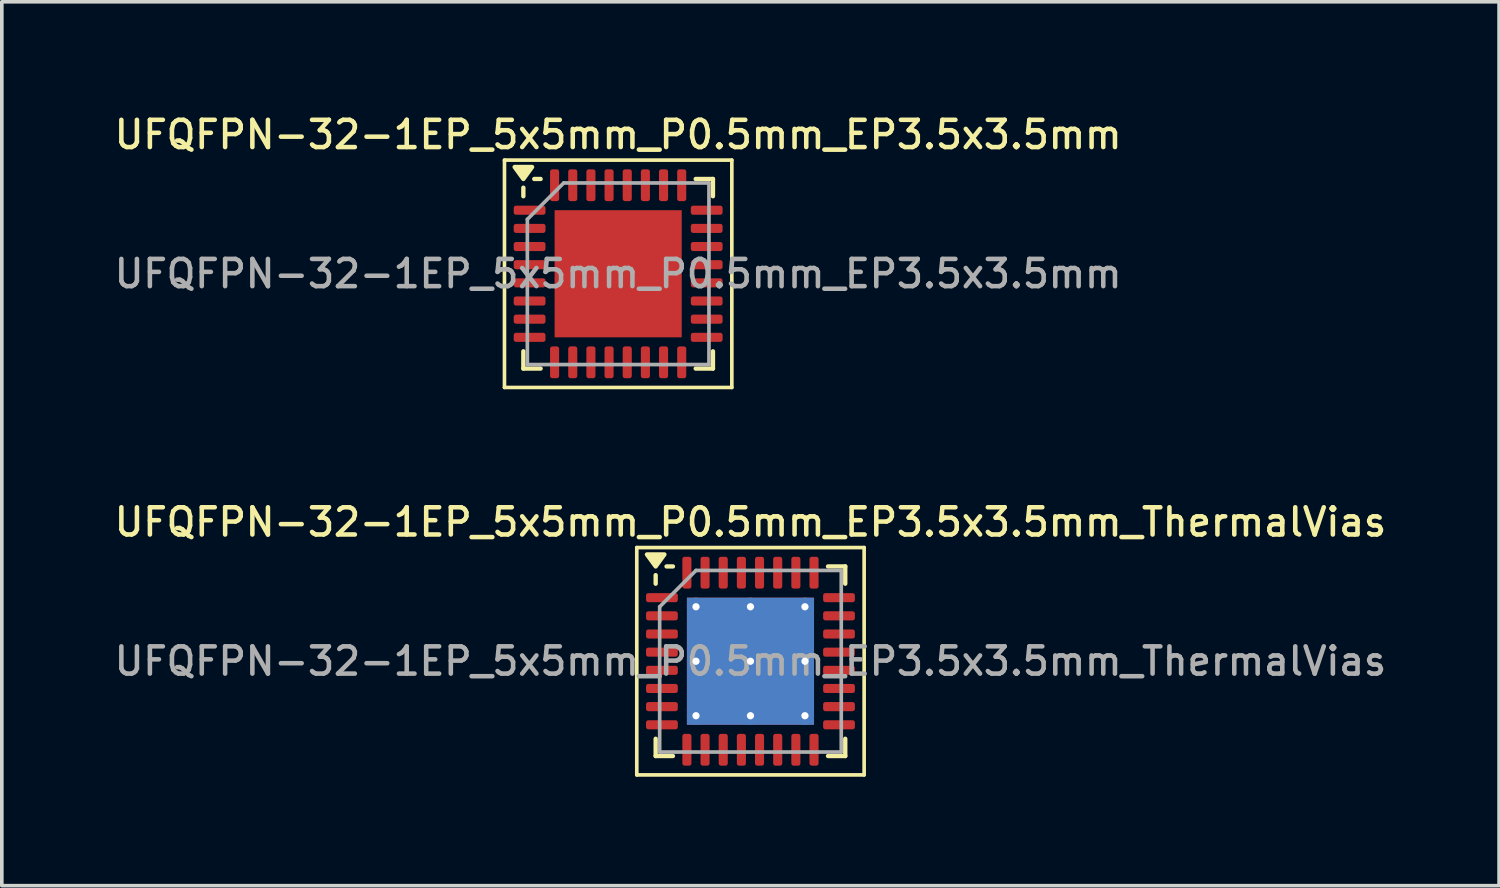
<source format=kicad_pcb>
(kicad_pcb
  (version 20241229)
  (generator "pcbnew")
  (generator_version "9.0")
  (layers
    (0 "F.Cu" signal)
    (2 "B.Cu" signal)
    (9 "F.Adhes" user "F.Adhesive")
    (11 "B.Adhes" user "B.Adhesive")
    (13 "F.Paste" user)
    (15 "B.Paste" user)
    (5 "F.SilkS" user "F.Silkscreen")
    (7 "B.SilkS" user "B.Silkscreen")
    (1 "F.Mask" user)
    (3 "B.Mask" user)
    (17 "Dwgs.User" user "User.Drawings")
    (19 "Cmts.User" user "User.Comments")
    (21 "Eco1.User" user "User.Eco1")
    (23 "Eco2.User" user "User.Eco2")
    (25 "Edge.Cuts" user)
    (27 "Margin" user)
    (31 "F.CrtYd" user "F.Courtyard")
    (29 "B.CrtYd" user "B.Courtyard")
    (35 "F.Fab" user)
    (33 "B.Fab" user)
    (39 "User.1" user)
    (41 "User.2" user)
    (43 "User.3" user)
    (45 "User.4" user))
  (footprint "UFQFPN-32-1EP_5x5mm_P0.5mm_EP3.5x3.5mm_ThermalVias"
    (layer "F.Cu")
    (at 17.613 15.156)
    (property "Reference" "UFQFPN-32-1EP_5x5mm_P0.5mm_EP3.5x3.5mm_ThermalVias" (at 0 -3.83 0) (layer "F.SilkS") (effects (font (size 0.75 0.75) (thickness 0.125))))
    (attr smd)
    (fp_line (start -3.13 -3.13) (end -3.13 3.13) (stroke (width 0.1) (type solid)) (layer "F.SilkS"))
    (fp_line (start -3.13 3.13) (end 3.13 3.13) (stroke (width 0.1) (type solid)) (layer "F.SilkS"))
    (fp_line (start -2.61 -2.135) (end -2.61 -2.37) (stroke (width 0.12) (type solid)) (layer "F.SilkS"))
    (fp_line (start -2.61 2.61) (end -2.61 2.135) (stroke (width 0.12) (type solid)) (layer "F.SilkS"))
    (fp_line (start -2.135 -2.61) (end -2.31 -2.61) (stroke (width 0.12) (type solid)) (layer "F.SilkS"))
    (fp_line (start -2.135 2.61) (end -2.61 2.61) (stroke (width 0.12) (type solid)) (layer "F.SilkS"))
    (fp_line (start 2.135 -2.61) (end 2.61 -2.61) (stroke (width 0.12) (type solid)) (layer "F.SilkS"))
    (fp_line (start 2.135 2.61) (end 2.61 2.61) (stroke (width 0.12) (type solid)) (layer "F.SilkS"))
    (fp_line (start 2.61 -2.61) (end 2.61 -2.135) (stroke (width 0.12) (type solid)) (layer "F.SilkS"))
    (fp_line (start 2.61 2.61) (end 2.61 2.135) (stroke (width 0.12) (type solid)) (layer "F.SilkS"))
    (fp_line (start 3.13 -3.13) (end -3.13 -3.13) (stroke (width 0.1) (type solid)) (layer "F.SilkS"))
    (fp_line (start 3.13 3.13) (end 3.13 -3.13) (stroke (width 0.1) (type solid)) (layer "F.SilkS"))
    (fp_poly (pts (xy -2.61 -2.61) (xy -2.85 -2.94) (xy -2.37 -2.94) (xy -2.61 -2.61)) (stroke (width 0.12) (type solid)) (fill yes) (layer "F.SilkS"))
    (fp_line (start -2.5 -1.5) (end -1.5 -2.5) (stroke (width 0.1) (type solid)) (layer "F.Fab"))
    (fp_line (start -2.5 2.5) (end -2.5 -1.5) (stroke (width 0.1) (type solid)) (layer "F.Fab"))
    (fp_line (start -1.5 -2.5) (end 2.5 -2.5) (stroke (width 0.1) (type solid)) (layer "F.Fab"))
    (fp_line (start 2.5 -2.5) (end 2.5 2.5) (stroke (width 0.1) (type solid)) (layer "F.Fab"))
    (fp_line (start 2.5 2.5) (end -2.5 2.5) (stroke (width 0.1) (type solid)) (layer "F.Fab"))
    (fp_text user "${REFERENCE}" (at 0 0 0) (layer "F.Fab") (effects (font (size 0.75 0.75) (thickness 0.125))))
    (pad "" smd roundrect (at -0.875 -0.875) (size 1.41 1.41) (layers "F.Paste") (roundrect_rratio 0.177))
    (pad "" smd roundrect (at -0.875 0.875) (size 1.41 1.41) (layers "F.Paste") (roundrect_rratio 0.177))
    (pad "" smd roundrect (at 0.875 -0.875) (size 1.41 1.41) (layers "F.Paste") (roundrect_rratio 0.177))
    (pad "" smd roundrect (at 0.875 0.875) (size 1.41 1.41) (layers "F.Paste") (roundrect_rratio 0.177))
    (pad "1" smd roundrect (at -2.438 -1.75) (size 0.875 0.25) (layers "F.Cu" "F.Mask" "F.Paste") (roundrect_rratio 0.25))
    (pad "2" smd roundrect (at -2.438 -1.25) (size 0.875 0.25) (layers "F.Cu" "F.Mask" "F.Paste") (roundrect_rratio 0.25))
    (pad "3" smd roundrect (at -2.438 -0.75) (size 0.875 0.25) (layers "F.Cu" "F.Mask" "F.Paste") (roundrect_rratio 0.25))
    (pad "4" smd roundrect (at -2.438 -0.25) (size 0.875 0.25) (layers "F.Cu" "F.Mask" "F.Paste") (roundrect_rratio 0.25))
    (pad "5" smd roundrect (at -2.438 0.25) (size 0.875 0.25) (layers "F.Cu" "F.Mask" "F.Paste") (roundrect_rratio 0.25))
    (pad "6" smd roundrect (at -2.438 0.75) (size 0.875 0.25) (layers "F.Cu" "F.Mask" "F.Paste") (roundrect_rratio 0.25))
    (pad "7" smd roundrect (at -2.438 1.25) (size 0.875 0.25) (layers "F.Cu" "F.Mask" "F.Paste") (roundrect_rratio 0.25))
    (pad "8" smd roundrect (at -2.438 1.75) (size 0.875 0.25) (layers "F.Cu" "F.Mask" "F.Paste") (roundrect_rratio 0.25))
    (pad "9" smd roundrect (at -1.75 2.438) (size 0.25 0.875) (layers "F.Cu" "F.Mask" "F.Paste") (roundrect_rratio 0.25))
    (pad "10" smd roundrect (at -1.25 2.438) (size 0.25 0.875) (layers "F.Cu" "F.Mask" "F.Paste") (roundrect_rratio 0.25))
    (pad "11" smd roundrect (at -0.75 2.438) (size 0.25 0.875) (layers "F.Cu" "F.Mask" "F.Paste") (roundrect_rratio 0.25))
    (pad "12" smd roundrect (at -0.25 2.438) (size 0.25 0.875) (layers "F.Cu" "F.Mask" "F.Paste") (roundrect_rratio 0.25))
    (pad "13" smd roundrect (at 0.25 2.438) (size 0.25 0.875) (layers "F.Cu" "F.Mask" "F.Paste") (roundrect_rratio 0.25))
    (pad "14" smd roundrect (at 0.75 2.438) (size 0.25 0.875) (layers "F.Cu" "F.Mask" "F.Paste") (roundrect_rratio 0.25))
    (pad "15" smd roundrect (at 1.25 2.438) (size 0.25 0.875) (layers "F.Cu" "F.Mask" "F.Paste") (roundrect_rratio 0.25))
    (pad "16" smd roundrect (at 1.75 2.438) (size 0.25 0.875) (layers "F.Cu" "F.Mask" "F.Paste") (roundrect_rratio 0.25))
    (pad "17" smd roundrect (at 2.438 1.75) (size 0.875 0.25) (layers "F.Cu" "F.Mask" "F.Paste") (roundrect_rratio 0.25))
    (pad "18" smd roundrect (at 2.438 1.25) (size 0.875 0.25) (layers "F.Cu" "F.Mask" "F.Paste") (roundrect_rratio 0.25))
    (pad "19" smd roundrect (at 2.438 0.75) (size 0.875 0.25) (layers "F.Cu" "F.Mask" "F.Paste") (roundrect_rratio 0.25))
    (pad "20" smd roundrect (at 2.438 0.25) (size 0.875 0.25) (layers "F.Cu" "F.Mask" "F.Paste") (roundrect_rratio 0.25))
    (pad "21" smd roundrect (at 2.438 -0.25) (size 0.875 0.25) (layers "F.Cu" "F.Mask" "F.Paste") (roundrect_rratio 0.25))
    (pad "22" smd roundrect (at 2.438 -0.75) (size 0.875 0.25) (layers "F.Cu" "F.Mask" "F.Paste") (roundrect_rratio 0.25))
    (pad "23" smd roundrect (at 2.438 -1.25) (size 0.875 0.25) (layers "F.Cu" "F.Mask" "F.Paste") (roundrect_rratio 0.25))
    (pad "24" smd roundrect (at 2.438 -1.75) (size 0.875 0.25) (layers "F.Cu" "F.Mask" "F.Paste") (roundrect_rratio 0.25))
    (pad "25" smd roundrect (at 1.75 -2.438) (size 0.25 0.875) (layers "F.Cu" "F.Mask" "F.Paste") (roundrect_rratio 0.25))
    (pad "26" smd roundrect (at 1.25 -2.438) (size 0.25 0.875) (layers "F.Cu" "F.Mask" "F.Paste") (roundrect_rratio 0.25))
    (pad "27" smd roundrect (at 0.75 -2.438) (size 0.25 0.875) (layers "F.Cu" "F.Mask" "F.Paste") (roundrect_rratio 0.25))
    (pad "28" smd roundrect (at 0.25 -2.438) (size 0.25 0.875) (layers "F.Cu" "F.Mask" "F.Paste") (roundrect_rratio 0.25))
    (pad "29" smd roundrect (at -0.25 -2.438) (size 0.25 0.875) (layers "F.Cu" "F.Mask" "F.Paste") (roundrect_rratio 0.25))
    (pad "30" smd roundrect (at -0.75 -2.438) (size 0.25 0.875) (layers "F.Cu" "F.Mask" "F.Paste") (roundrect_rratio 0.25))
    (pad "31" smd roundrect (at -1.25 -2.438) (size 0.25 0.875) (layers "F.Cu" "F.Mask" "F.Paste") (roundrect_rratio 0.25))
    (pad "32" smd roundrect (at -1.75 -2.438) (size 0.25 0.875) (layers "F.Cu" "F.Mask" "F.Paste") (roundrect_rratio 0.25))
    (pad "33" thru_hole circle (at -1.5 -1.5) (size 0.5 0.5) (drill 0.2) (property pad_prop_heatsink) (layers "*.Cu"))
    (pad "33" thru_hole circle (at -1.5 0) (size 0.5 0.5) (drill 0.2) (property pad_prop_heatsink) (layers "*.Cu"))
    (pad "33" thru_hole circle (at -1.5 1.5) (size 0.5 0.5) (drill 0.2) (property pad_prop_heatsink) (layers "*.Cu"))
    (pad "33" thru_hole circle (at 0 -1.5) (size 0.5 0.5) (drill 0.2) (property pad_prop_heatsink) (layers "*.Cu"))
    (pad "33" thru_hole circle (at 0 0) (size 0.5 0.5) (drill 0.2) (property pad_prop_heatsink) (layers "*.Cu"))
    (pad "33" smd rect (at 0 0) (size 3.5 3.5) (property pad_prop_heatsink) (layers "F.Cu" "F.Mask"))
    (pad "33" smd rect (at 0 0) (size 3.5 3.5) (property pad_prop_heatsink) (layers "B.Cu"))
    (pad "33" thru_hole circle (at 0 1.5) (size 0.5 0.5) (drill 0.2) (property pad_prop_heatsink) (layers "*.Cu"))
    (pad "33" thru_hole circle (at 1.5 -1.5) (size 0.5 0.5) (drill 0.2) (property pad_prop_heatsink) (layers "*.Cu"))
    (pad "33" thru_hole circle (at 1.5 0) (size 0.5 0.5) (drill 0.2) (property pad_prop_heatsink) (layers "*.Cu"))
    (pad "33" thru_hole circle (at 1.5 1.5) (size 0.5 0.5) (drill 0.2) (property pad_prop_heatsink) (layers "*.Cu")))
  (footprint "UFQFPN-32-1EP_5x5mm_P0.5mm_EP3.5x3.5mm"
    (layer "F.Cu")
    (at 13.97 4.488)
    (property "Reference" "UFQFPN-32-1EP_5x5mm_P0.5mm_EP3.5x3.5mm" (at 0 -3.83 0) (layer "F.SilkS") (effects (font (size 0.75 0.75) (thickness 0.125))))
    (attr smd)
    (fp_line (start -3.13 -3.13) (end -3.13 3.13) (stroke (width 0.1) (type solid)) (layer "F.SilkS"))
    (fp_line (start -3.13 3.13) (end 3.13 3.13) (stroke (width 0.1) (type solid)) (layer "F.SilkS"))
    (fp_line (start -2.61 -2.135) (end -2.61 -2.37) (stroke (width 0.12) (type solid)) (layer "F.SilkS"))
    (fp_line (start -2.61 2.61) (end -2.61 2.135) (stroke (width 0.12) (type solid)) (layer "F.SilkS"))
    (fp_line (start -2.135 -2.61) (end -2.31 -2.61) (stroke (width 0.12) (type solid)) (layer "F.SilkS"))
    (fp_line (start -2.135 2.61) (end -2.61 2.61) (stroke (width 0.12) (type solid)) (layer "F.SilkS"))
    (fp_line (start 2.135 -2.61) (end 2.61 -2.61) (stroke (width 0.12) (type solid)) (layer "F.SilkS"))
    (fp_line (start 2.135 2.61) (end 2.61 2.61) (stroke (width 0.12) (type solid)) (layer "F.SilkS"))
    (fp_line (start 2.61 -2.61) (end 2.61 -2.135) (stroke (width 0.12) (type solid)) (layer "F.SilkS"))
    (fp_line (start 2.61 2.61) (end 2.61 2.135) (stroke (width 0.12) (type solid)) (layer "F.SilkS"))
    (fp_line (start 3.13 -3.13) (end -3.13 -3.13) (stroke (width 0.1) (type solid)) (layer "F.SilkS"))
    (fp_line (start 3.13 3.13) (end 3.13 -3.13) (stroke (width 0.1) (type solid)) (layer "F.SilkS"))
    (fp_poly (pts (xy -2.61 -2.61) (xy -2.85 -2.94) (xy -2.37 -2.94) (xy -2.61 -2.61)) (stroke (width 0.12) (type solid)) (fill yes) (layer "F.SilkS"))
    (fp_line (start -2.5 -1.5) (end -1.5 -2.5) (stroke (width 0.1) (type solid)) (layer "F.Fab"))
    (fp_line (start -2.5 2.5) (end -2.5 -1.5) (stroke (width 0.1) (type solid)) (layer "F.Fab"))
    (fp_line (start -1.5 -2.5) (end 2.5 -2.5) (stroke (width 0.1) (type solid)) (layer "F.Fab"))
    (fp_line (start 2.5 -2.5) (end 2.5 2.5) (stroke (width 0.1) (type solid)) (layer "F.Fab"))
    (fp_line (start 2.5 2.5) (end -2.5 2.5) (stroke (width 0.1) (type solid)) (layer "F.Fab"))
    (fp_text user "${REFERENCE}" (at 0 0 0) (layer "F.Fab") (effects (font (size 0.75 0.75) (thickness 0.125))))
    (pad "" smd roundrect (at -0.875 -0.875) (size 1.41 1.41) (layers "F.Paste") (roundrect_rratio 0.177))
    (pad "" smd roundrect (at -0.875 0.875) (size 1.41 1.41) (layers "F.Paste") (roundrect_rratio 0.177))
    (pad "" smd roundrect (at 0.875 -0.875) (size 1.41 1.41) (layers "F.Paste") (roundrect_rratio 0.177))
    (pad "" smd roundrect (at 0.875 0.875) (size 1.41 1.41) (layers "F.Paste") (roundrect_rratio 0.177))
    (pad "1" smd roundrect (at -2.438 -1.75) (size 0.875 0.25) (layers "F.Cu" "F.Mask" "F.Paste") (roundrect_rratio 0.25))
    (pad "2" smd roundrect (at -2.438 -1.25) (size 0.875 0.25) (layers "F.Cu" "F.Mask" "F.Paste") (roundrect_rratio 0.25))
    (pad "3" smd roundrect (at -2.438 -0.75) (size 0.875 0.25) (layers "F.Cu" "F.Mask" "F.Paste") (roundrect_rratio 0.25))
    (pad "4" smd roundrect (at -2.438 -0.25) (size 0.875 0.25) (layers "F.Cu" "F.Mask" "F.Paste") (roundrect_rratio 0.25))
    (pad "5" smd roundrect (at -2.438 0.25) (size 0.875 0.25) (layers "F.Cu" "F.Mask" "F.Paste") (roundrect_rratio 0.25))
    (pad "6" smd roundrect (at -2.438 0.75) (size 0.875 0.25) (layers "F.Cu" "F.Mask" "F.Paste") (roundrect_rratio 0.25))
    (pad "7" smd roundrect (at -2.438 1.25) (size 0.875 0.25) (layers "F.Cu" "F.Mask" "F.Paste") (roundrect_rratio 0.25))
    (pad "8" smd roundrect (at -2.438 1.75) (size 0.875 0.25) (layers "F.Cu" "F.Mask" "F.Paste") (roundrect_rratio 0.25))
    (pad "9" smd roundrect (at -1.75 2.438) (size 0.25 0.875) (layers "F.Cu" "F.Mask" "F.Paste") (roundrect_rratio 0.25))
    (pad "10" smd roundrect (at -1.25 2.438) (size 0.25 0.875) (layers "F.Cu" "F.Mask" "F.Paste") (roundrect_rratio 0.25))
    (pad "11" smd roundrect (at -0.75 2.438) (size 0.25 0.875) (layers "F.Cu" "F.Mask" "F.Paste") (roundrect_rratio 0.25))
    (pad "12" smd roundrect (at -0.25 2.438) (size 0.25 0.875) (layers "F.Cu" "F.Mask" "F.Paste") (roundrect_rratio 0.25))
    (pad "13" smd roundrect (at 0.25 2.438) (size 0.25 0.875) (layers "F.Cu" "F.Mask" "F.Paste") (roundrect_rratio 0.25))
    (pad "14" smd roundrect (at 0.75 2.438) (size 0.25 0.875) (layers "F.Cu" "F.Mask" "F.Paste") (roundrect_rratio 0.25))
    (pad "15" smd roundrect (at 1.25 2.438) (size 0.25 0.875) (layers "F.Cu" "F.Mask" "F.Paste") (roundrect_rratio 0.25))
    (pad "16" smd roundrect (at 1.75 2.438) (size 0.25 0.875) (layers "F.Cu" "F.Mask" "F.Paste") (roundrect_rratio 0.25))
    (pad "17" smd roundrect (at 2.438 1.75) (size 0.875 0.25) (layers "F.Cu" "F.Mask" "F.Paste") (roundrect_rratio 0.25))
    (pad "18" smd roundrect (at 2.438 1.25) (size 0.875 0.25) (layers "F.Cu" "F.Mask" "F.Paste") (roundrect_rratio 0.25))
    (pad "19" smd roundrect (at 2.438 0.75) (size 0.875 0.25) (layers "F.Cu" "F.Mask" "F.Paste") (roundrect_rratio 0.25))
    (pad "20" smd roundrect (at 2.438 0.25) (size 0.875 0.25) (layers "F.Cu" "F.Mask" "F.Paste") (roundrect_rratio 0.25))
    (pad "21" smd roundrect (at 2.438 -0.25) (size 0.875 0.25) (layers "F.Cu" "F.Mask" "F.Paste") (roundrect_rratio 0.25))
    (pad "22" smd roundrect (at 2.438 -0.75) (size 0.875 0.25) (layers "F.Cu" "F.Mask" "F.Paste") (roundrect_rratio 0.25))
    (pad "23" smd roundrect (at 2.438 -1.25) (size 0.875 0.25) (layers "F.Cu" "F.Mask" "F.Paste") (roundrect_rratio 0.25))
    (pad "24" smd roundrect (at 2.438 -1.75) (size 0.875 0.25) (layers "F.Cu" "F.Mask" "F.Paste") (roundrect_rratio 0.25))
    (pad "25" smd roundrect (at 1.75 -2.438) (size 0.25 0.875) (layers "F.Cu" "F.Mask" "F.Paste") (roundrect_rratio 0.25))
    (pad "26" smd roundrect (at 1.25 -2.438) (size 0.25 0.875) (layers "F.Cu" "F.Mask" "F.Paste") (roundrect_rratio 0.25))
    (pad "27" smd roundrect (at 0.75 -2.438) (size 0.25 0.875) (layers "F.Cu" "F.Mask" "F.Paste") (roundrect_rratio 0.25))
    (pad "28" smd roundrect (at 0.25 -2.438) (size 0.25 0.875) (layers "F.Cu" "F.Mask" "F.Paste") (roundrect_rratio 0.25))
    (pad "29" smd roundrect (at -0.25 -2.438) (size 0.25 0.875) (layers "F.Cu" "F.Mask" "F.Paste") (roundrect_rratio 0.25))
    (pad "30" smd roundrect (at -0.75 -2.438) (size 0.25 0.875) (layers "F.Cu" "F.Mask" "F.Paste") (roundrect_rratio 0.25))
    (pad "31" smd roundrect (at -1.25 -2.438) (size 0.25 0.875) (layers "F.Cu" "F.Mask" "F.Paste") (roundrect_rratio 0.25))
    (pad "32" smd roundrect (at -1.75 -2.438) (size 0.25 0.875) (layers "F.Cu" "F.Mask" "F.Paste") (roundrect_rratio 0.25))
    (pad "33" smd rect (at 0 0) (size 3.5 3.5) (property pad_prop_heatsink) (layers "F.Cu" "F.Mask")))
  (gr_rect
    (start -3 -3)
    (end 38.225 21.336)
    (stroke (width 0.1) (type default))
    (fill no)
    (layer "Edge.Cuts")))
</source>
